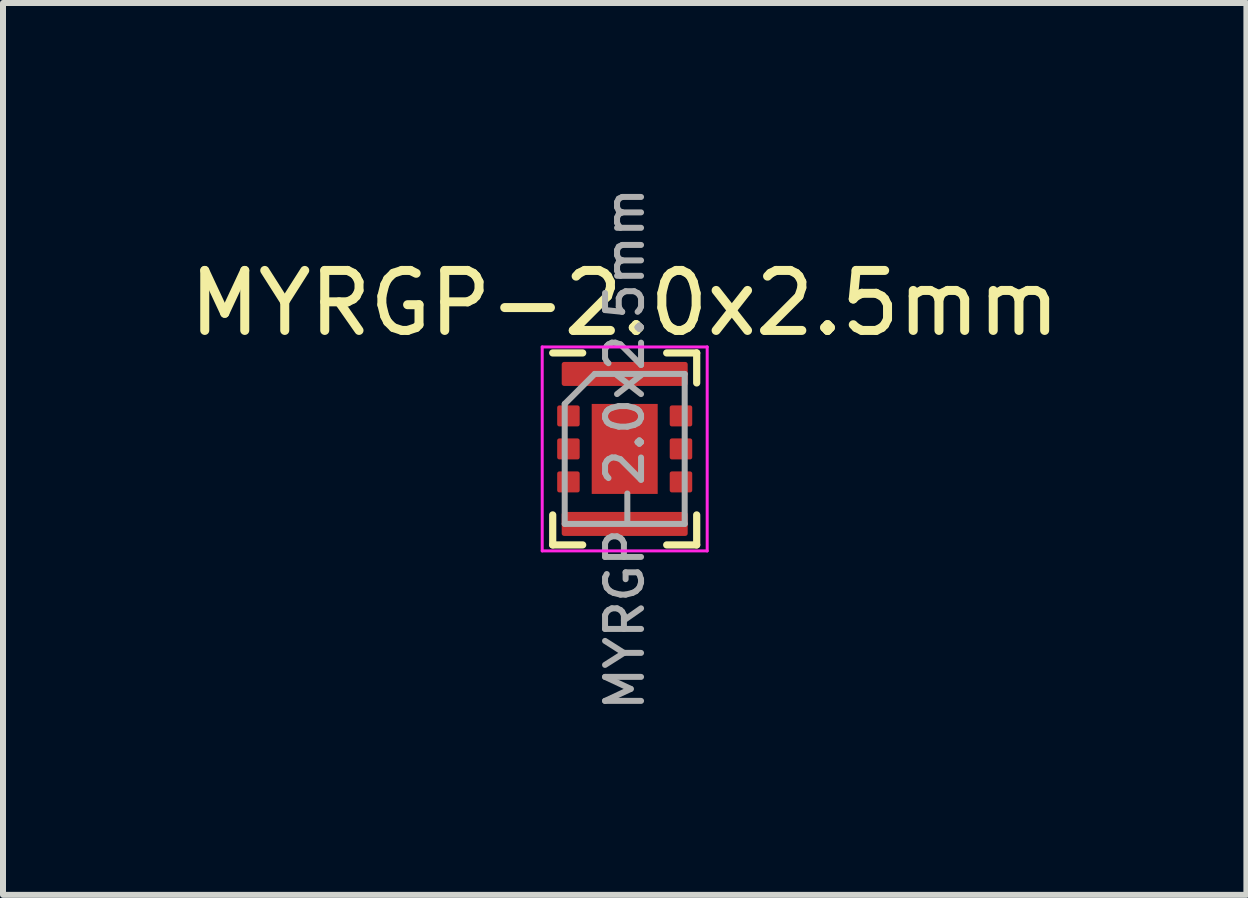
<source format=kicad_pcb>
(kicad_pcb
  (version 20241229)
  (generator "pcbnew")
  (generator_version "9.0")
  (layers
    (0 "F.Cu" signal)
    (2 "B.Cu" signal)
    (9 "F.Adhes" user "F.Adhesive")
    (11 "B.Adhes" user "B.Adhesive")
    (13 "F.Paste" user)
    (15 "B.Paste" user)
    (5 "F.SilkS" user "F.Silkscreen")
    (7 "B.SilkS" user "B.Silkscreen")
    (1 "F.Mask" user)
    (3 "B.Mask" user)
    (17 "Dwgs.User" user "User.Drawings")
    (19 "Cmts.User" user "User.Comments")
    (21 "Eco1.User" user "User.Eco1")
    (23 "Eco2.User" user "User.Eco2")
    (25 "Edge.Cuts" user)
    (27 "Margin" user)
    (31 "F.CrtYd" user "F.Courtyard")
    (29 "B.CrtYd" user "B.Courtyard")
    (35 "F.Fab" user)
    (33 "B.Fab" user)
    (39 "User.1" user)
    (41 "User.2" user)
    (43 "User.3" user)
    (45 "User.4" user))
  (footprint "MYRGP-2.0x2.5mm"
    (layer "F.Cu")
    (at 7.363 4.433)
    (property "Reference" "MYRGP-2.0x2.5mm" (at 0 -2.43 0) (layer "F.SilkS") (effects (font (size 1 1) (thickness 0.15))))
    (attr smd)
    (fp_line (start -1.2 1.1) (end -1.2 1.6) (stroke (width 0.12) (type solid)) (layer "F.SilkS"))
    (fp_line (start -1.2 1.6) (end -0.7 1.6) (stroke (width 0.12) (type solid)) (layer "F.SilkS"))
    (fp_line (start -0.7 -1.6) (end -1.2 -1.6) (stroke (width 0.12) (type solid)) (layer "F.SilkS"))
    (fp_line (start 0.7 1.6) (end 1.2 1.6) (stroke (width 0.12) (type solid)) (layer "F.SilkS"))
    (fp_line (start 1.2 -1.6) (end 0.7 -1.6) (stroke (width 0.12) (type solid)) (layer "F.SilkS"))
    (fp_line (start 1.2 -1.1) (end 1.2 -1.6) (stroke (width 0.12) (type solid)) (layer "F.SilkS"))
    (fp_line (start 1.2 1.6) (end 1.2 1.1) (stroke (width 0.12) (type solid)) (layer "F.SilkS"))
    (fp_line (start -1.375 -1.7) (end -1.375 1.7) (stroke (width 0.05) (type solid)) (layer "F.CrtYd"))
    (fp_line (start -1.375 1.7) (end 1.375 1.7) (stroke (width 0.05) (type solid)) (layer "F.CrtYd"))
    (fp_line (start 1.375 -1.7) (end -1.375 -1.7) (stroke (width 0.05) (type solid)) (layer "F.CrtYd"))
    (fp_line (start 1.375 1.7) (end 1.375 -1.7) (stroke (width 0.05) (type solid)) (layer "F.CrtYd"))
    (fp_line (start -1 -0.75) (end -1 1.25) (stroke (width 0.1) (type solid)) (layer "F.Fab"))
    (fp_line (start -1 1.25) (end 1 1.25) (stroke (width 0.1) (type solid)) (layer "F.Fab"))
    (fp_line (start -0.5 -1.25) (end -1 -0.75) (stroke (width 0.1) (type solid)) (layer "F.Fab"))
    (fp_line (start 1 -1.25) (end -0.5 -1.25) (stroke (width 0.1) (type solid)) (layer "F.Fab"))
    (fp_line (start 1 1.25) (end 1 -1.25) (stroke (width 0.1) (type solid)) (layer "F.Fab"))
    (fp_text user "${REFERENCE}" (at 0 0 90) (layer "F.Fab") (effects (font (size 0.6 0.6) (thickness 0.1))))
    (pad "" smd roundrect (at 0 -0.45 270) (size 0.5 1) (layers "F.Paste") (roundrect_rratio 0.1))
    (pad "" smd roundrect (at 0 0.45 270) (size 0.5 1) (layers "F.Paste") (roundrect_rratio 0.1))
    (pad "1" smd roundrect (at -0.938 -0.55 270) (size 0.35 0.375) (layers "F.Cu" "F.Mask" "F.Paste") (roundrect_rratio 0.1))
    (pad "2" smd roundrect (at -0.938 0 270) (size 0.35 0.375) (layers "F.Cu" "F.Mask" "F.Paste") (roundrect_rratio 0.1))
    (pad "3" smd roundrect (at -0.938 0.55 270) (size 0.35 0.375) (layers "F.Cu" "F.Mask" "F.Paste") (roundrect_rratio 0.1))
    (pad "4" smd roundrect (at 0.938 0.55 270) (size 0.35 0.375) (layers "F.Cu" "F.Mask" "F.Paste") (roundrect_rratio 0.1))
    (pad "5" smd roundrect (at 0.938 0 270) (size 0.35 0.375) (layers "F.Cu" "F.Mask" "F.Paste") (roundrect_rratio 0.1))
    (pad "6" smd roundrect (at 0.938 -0.55 270) (size 0.35 0.375) (layers "F.Cu" "F.Mask" "F.Paste") (roundrect_rratio 0.1))
    (pad "7" smd roundrect (at 0 -1.25 270) (size 0.4 2.1) (layers "F.Cu" "F.Mask" "F.Paste") (roundrect_rratio 0.1))
    (pad "8" smd roundrect (at 0 1.25 270) (size 0.4 2.1) (layers "F.Cu" "F.Mask" "F.Paste") (roundrect_rratio 0.1))
    (pad "9" smd rect (at 0 0 270) (size 1.5 1.1) (layers "F.Cu" "F.Mask")))
  (gr_rect
    (start -3 -3)
    (end 17.726 11.866)
    (stroke (width 0.1) (type default))
    (fill no)
    (layer "Edge.Cuts")))
</source>
